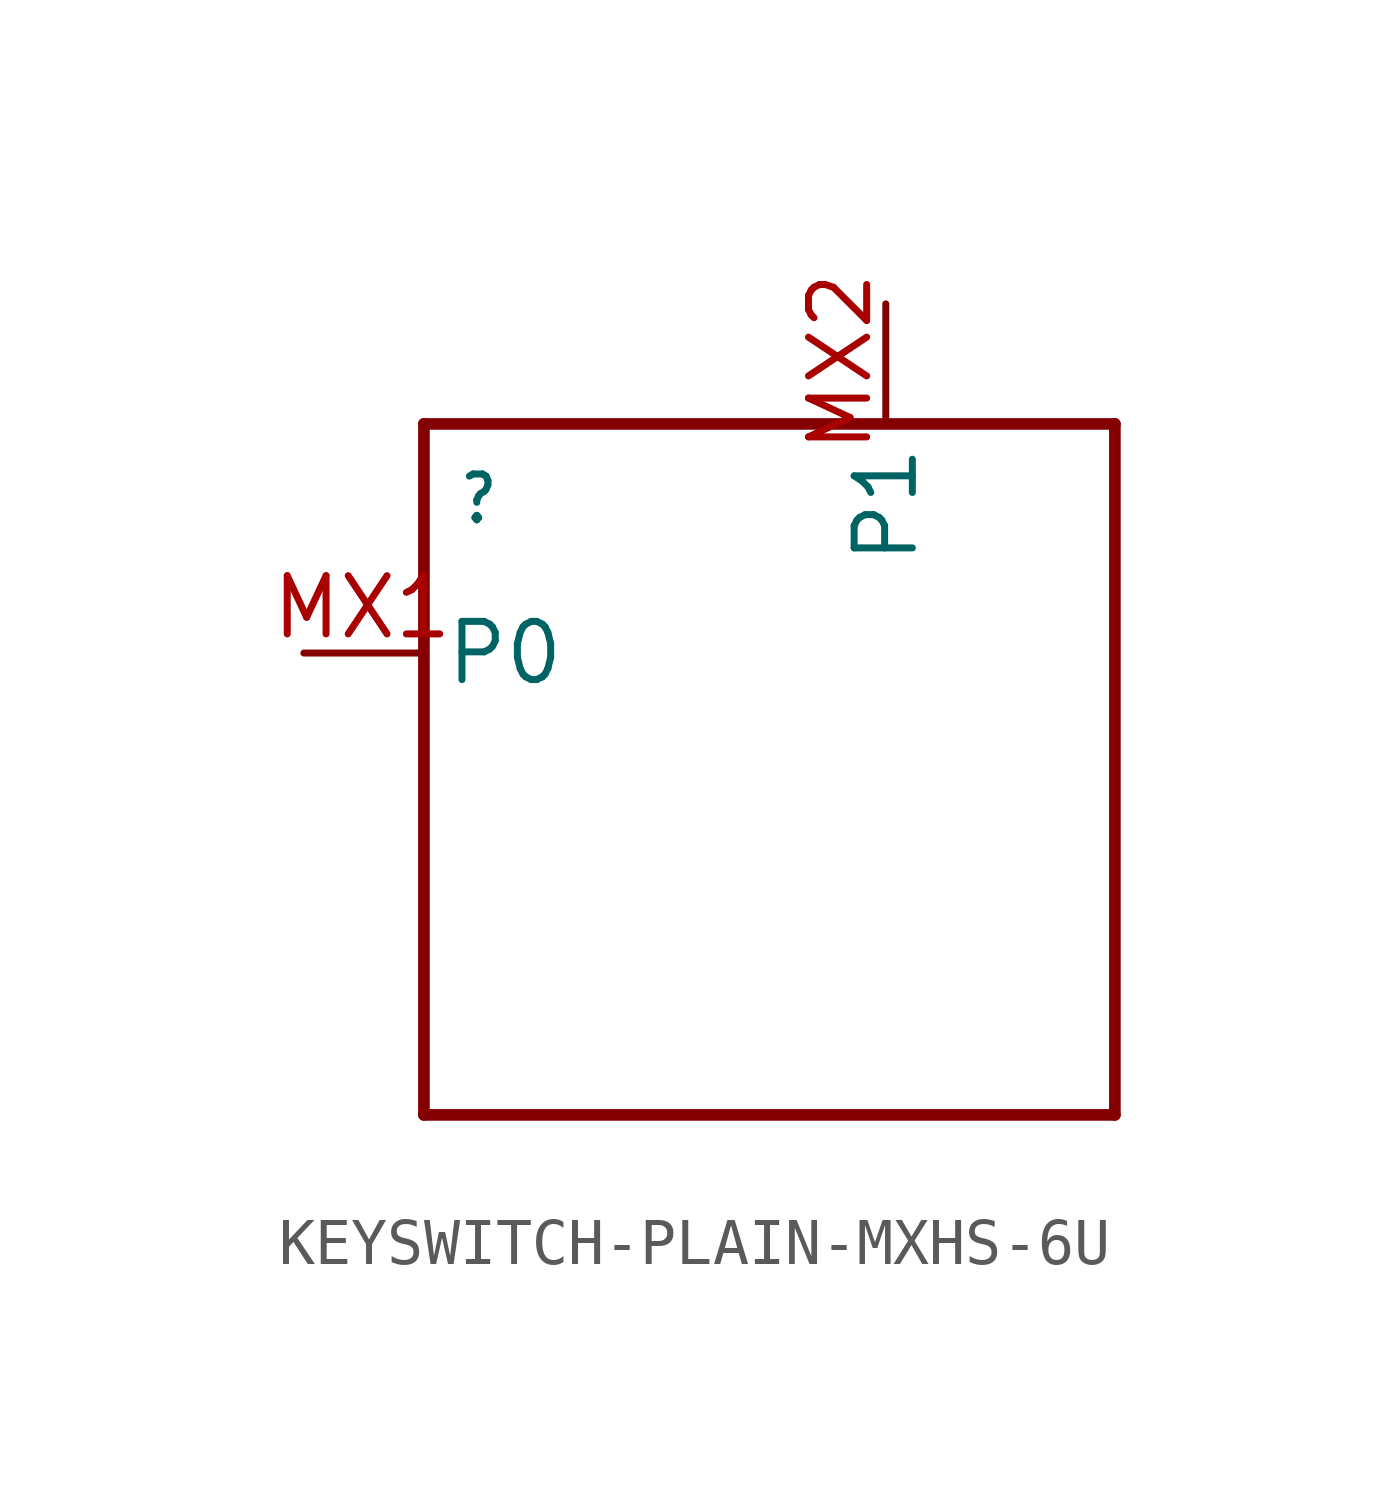
<source format=kicad_sym>
(kicad_symbol_lib
  (version 20211014)
  (generator kicad_symbol_editor)
  (symbol "KEYSWITCH-PLAIN-MXHS-6U"
    (property "Reference" ""
      (at -6.81 5.318 0)
      (effects (font (size 1 0.85)) (justify left bottom)))
    (property "ki_locked" ""
      (at 0 0 0)
      (effects (font (size 1.27 1.27))))
    (symbol "KEYSWITCH-PLAIN-MXHS-6U_1_0"
      (polyline (pts (xy -7.54 -7.54) (xy -7.54 7.54)) (stroke (width 0.254) (type default) (color 0 0 0 0)) (fill (type none)))
      (polyline (pts (xy -7.54 7.54) (xy 7.54 7.54)) (stroke (width 0.254) (type default) (color 0 0 0 0)) (fill (type none)))
      (polyline (pts (xy 7.54 -7.54) (xy -7.54 -7.54)) (stroke (width 0.254) (type default) (color 0 0 0 0)) (fill (type none)))
      (polyline (pts (xy 7.54 7.54) (xy 7.54 -7.54)) (stroke (width 0.254) (type default) (color 0 0 0 0)) (fill (type none)))
      (pin bidirectional line (at -10.16 2.54 0) (length 2.54) (name "P0" (effects (font (size 1.27 1.27)))) (number "MX1" (effects (font (size 1.27 1.27)))))
      (pin bidirectional line (at 2.54 10.16 270) (length 2.54) (name "P1" (effects (font (size 1.27 1.27)))) (number "MX2" (effects (font (size 1.27 1.27))))))))
</source>
